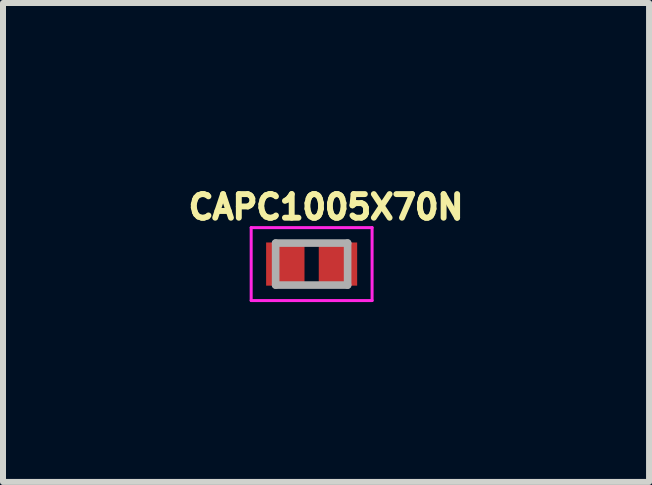
<source format=kicad_pcb>
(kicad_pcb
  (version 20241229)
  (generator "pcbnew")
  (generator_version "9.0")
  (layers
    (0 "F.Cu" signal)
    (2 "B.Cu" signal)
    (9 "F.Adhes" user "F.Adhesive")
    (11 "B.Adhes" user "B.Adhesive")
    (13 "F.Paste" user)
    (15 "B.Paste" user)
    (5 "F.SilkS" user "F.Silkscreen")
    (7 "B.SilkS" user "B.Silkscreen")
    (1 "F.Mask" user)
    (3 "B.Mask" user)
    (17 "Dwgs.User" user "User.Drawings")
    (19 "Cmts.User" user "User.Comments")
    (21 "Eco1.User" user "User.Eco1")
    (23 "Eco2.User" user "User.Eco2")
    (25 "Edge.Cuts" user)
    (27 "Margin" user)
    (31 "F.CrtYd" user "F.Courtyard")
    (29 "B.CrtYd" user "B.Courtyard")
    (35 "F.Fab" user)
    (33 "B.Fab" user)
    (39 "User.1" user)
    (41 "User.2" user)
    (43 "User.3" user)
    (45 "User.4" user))
  (footprint "CAPC1005X70N"
    (layer "F.Cu")
    (at 2.146 1.353)
    (property "Reference" "CAPC1005X70N" (at 0.24 -0.95 0) (layer "F.SilkS") (effects (font (size 0.394 0.394) (thickness 0.15))))
    (attr smd)
    (fp_line (start -1.008 -0.608) (end 1.008 -0.608) (stroke (width 0.05) (type solid)) (layer "F.CrtYd"))
    (fp_line (start -1.008 0.608) (end -1.008 -0.608) (stroke (width 0.05) (type solid)) (layer "F.CrtYd"))
    (fp_line (start -1.008 0.608) (end 1.008 0.608) (stroke (width 0.05) (type solid)) (layer "F.CrtYd"))
    (fp_line (start 1.008 0.608) (end 1.008 -0.608) (stroke (width 0.05) (type solid)) (layer "F.CrtYd"))
    (fp_line (start -0.6 0.35) (end -0.6 -0.35) (stroke (width 0.127) (type solid)) (layer "F.Fab"))
    (fp_line (start 0.6 -0.35) (end -0.6 -0.35) (stroke (width 0.127) (type solid)) (layer "F.Fab"))
    (fp_line (start 0.6 0.35) (end -0.6 0.35) (stroke (width 0.127) (type solid)) (layer "F.Fab"))
    (fp_line (start 0.6 0.35) (end 0.6 -0.35) (stroke (width 0.127) (type solid)) (layer "F.Fab"))
    (pad "1" smd rect (at -0.439 0) (size 0.64 0.72) (layers "F.Cu" "F.Mask" "F.Paste"))
    (pad "2" smd rect (at 0.439 0) (size 0.64 0.72) (layers "F.Cu" "F.Mask" "F.Paste")))
  (gr_rect
    (start -3 -3)
    (end 7.772 4.986)
    (stroke (width 0.1) (type default))
    (fill no)
    (layer "Edge.Cuts")))
</source>
